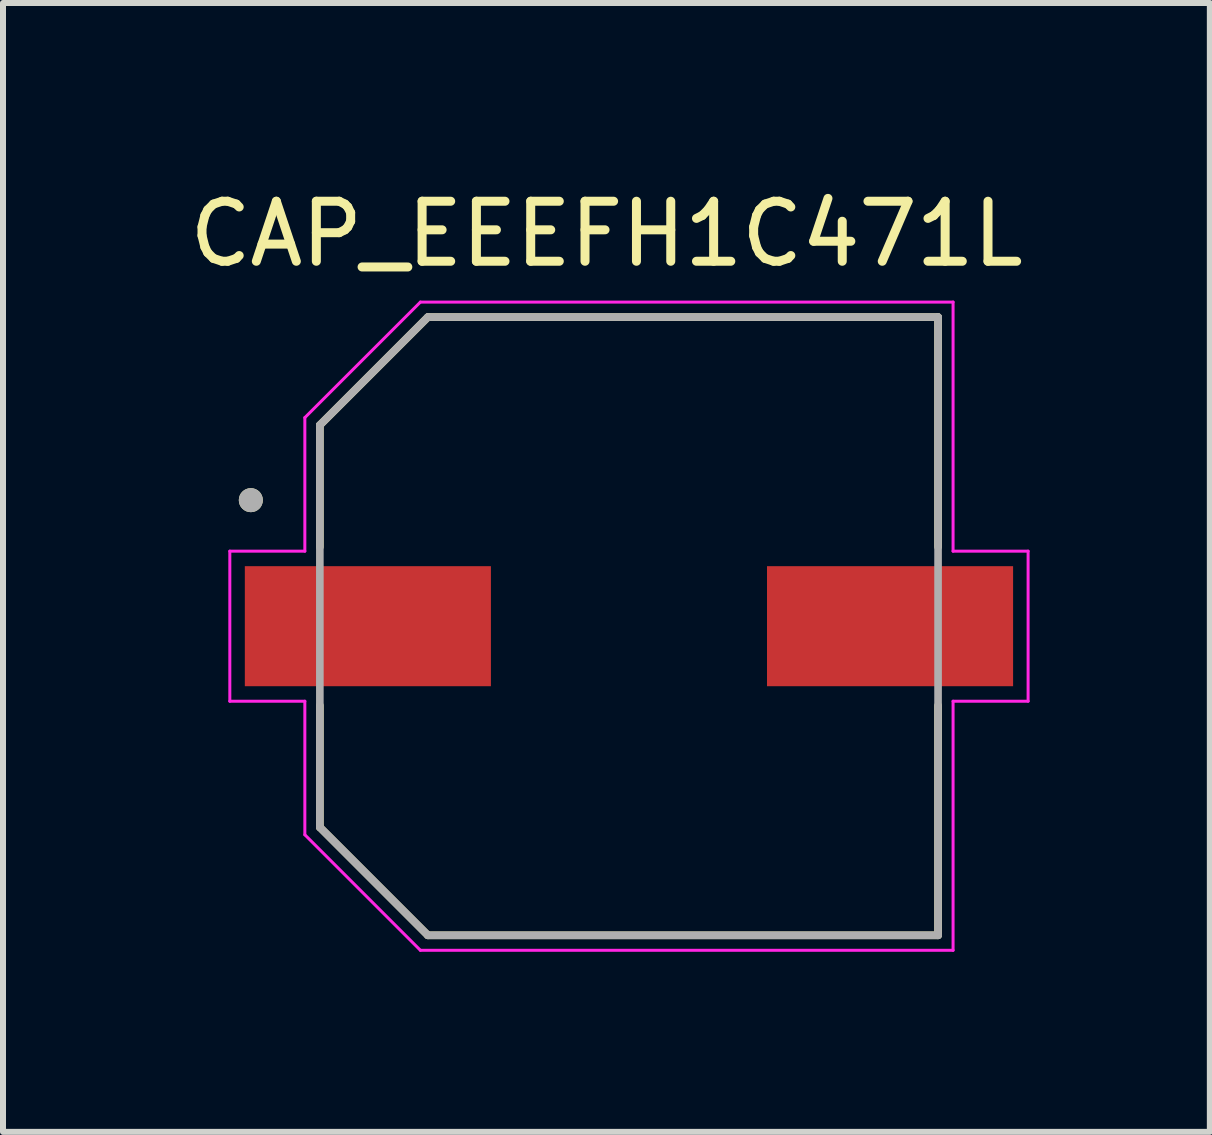
<source format=kicad_pcb>
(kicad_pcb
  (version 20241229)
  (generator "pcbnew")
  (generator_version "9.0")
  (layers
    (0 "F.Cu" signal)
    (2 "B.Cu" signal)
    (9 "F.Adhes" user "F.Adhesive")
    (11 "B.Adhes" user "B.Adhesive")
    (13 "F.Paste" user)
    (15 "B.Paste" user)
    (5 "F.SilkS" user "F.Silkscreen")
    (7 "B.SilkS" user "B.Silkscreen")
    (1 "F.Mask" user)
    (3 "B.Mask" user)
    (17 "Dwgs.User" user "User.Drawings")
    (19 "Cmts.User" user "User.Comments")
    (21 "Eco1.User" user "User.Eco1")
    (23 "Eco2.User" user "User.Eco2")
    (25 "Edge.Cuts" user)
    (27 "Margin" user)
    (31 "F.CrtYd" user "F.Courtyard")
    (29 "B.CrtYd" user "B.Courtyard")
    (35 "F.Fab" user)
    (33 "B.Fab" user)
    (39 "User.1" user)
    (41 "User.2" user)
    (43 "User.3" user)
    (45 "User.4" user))
  (footprint "CAP_EEEFH1C471L"
    (layer "F.Cu")
    (at 7.429 7.383)
    (property "Reference" "CAP_EEEFH1C471L" (at -0.375 -6.535 0) (layer "F.SilkS") (effects (font (size 1 1) (thickness 0.15))))
    (attr smd)
    (fp_line (start -5.15 -3.35) (end -5.15 -1.32) (stroke (width 0.127) (type solid)) (layer "F.SilkS"))
    (fp_line (start -5.15 1.32) (end -5.15 3.35) (stroke (width 0.127) (type solid)) (layer "F.SilkS"))
    (fp_line (start -5.15 3.35) (end -3.35 5.15) (stroke (width 0.127) (type solid)) (layer "F.SilkS"))
    (fp_line (start -3.35 -5.15) (end -5.15 -3.35) (stroke (width 0.127) (type solid)) (layer "F.SilkS"))
    (fp_line (start -3.35 5.15) (end 5.15 5.15) (stroke (width 0.127) (type solid)) (layer "F.SilkS"))
    (fp_line (start 5.15 -5.15) (end -3.35 -5.15) (stroke (width 0.127) (type solid)) (layer "F.SilkS"))
    (fp_line (start 5.15 -1.32) (end 5.15 -5.15) (stroke (width 0.127) (type solid)) (layer "F.SilkS"))
    (fp_line (start 5.15 5.15) (end 5.15 1.32) (stroke (width 0.127) (type solid)) (layer "F.SilkS"))
    (fp_circle (center -6.3 -2.1) (end -6.2 -2.1) (stroke (width 0.2) (type solid)) (fill no) (layer "F.SilkS"))
    (fp_line (start -6.65 -1.25) (end -5.4 -1.25) (stroke (width 0.05) (type solid)) (layer "F.CrtYd"))
    (fp_line (start -6.65 1.25) (end -6.65 -1.25) (stroke (width 0.05) (type solid)) (layer "F.CrtYd"))
    (fp_line (start -5.4 -3.475) (end -3.475 -5.4) (stroke (width 0.05) (type solid)) (layer "F.CrtYd"))
    (fp_line (start -5.4 -1.25) (end -5.4 -3.475) (stroke (width 0.05) (type solid)) (layer "F.CrtYd"))
    (fp_line (start -5.4 1.25) (end -6.65 1.25) (stroke (width 0.05) (type solid)) (layer "F.CrtYd"))
    (fp_line (start -5.4 3.475) (end -5.4 1.25) (stroke (width 0.05) (type solid)) (layer "F.CrtYd"))
    (fp_line (start -3.475 -5.4) (end 5.4 -5.4) (stroke (width 0.05) (type solid)) (layer "F.CrtYd"))
    (fp_line (start -3.475 5.4) (end -5.4 3.475) (stroke (width 0.05) (type solid)) (layer "F.CrtYd"))
    (fp_line (start 5.4 -5.4) (end 5.4 -1.25) (stroke (width 0.05) (type solid)) (layer "F.CrtYd"))
    (fp_line (start 5.4 -1.25) (end 6.65 -1.25) (stroke (width 0.05) (type solid)) (layer "F.CrtYd"))
    (fp_line (start 5.4 1.25) (end 5.4 5.4) (stroke (width 0.05) (type solid)) (layer "F.CrtYd"))
    (fp_line (start 5.4 5.4) (end -3.475 5.4) (stroke (width 0.05) (type solid)) (layer "F.CrtYd"))
    (fp_line (start 6.65 -1.25) (end 6.65 1.25) (stroke (width 0.05) (type solid)) (layer "F.CrtYd"))
    (fp_line (start 6.65 1.25) (end 5.4 1.25) (stroke (width 0.05) (type solid)) (layer "F.CrtYd"))
    (fp_line (start -5.15 -3.35) (end -5.15 3.35) (stroke (width 0.127) (type solid)) (layer "F.Fab"))
    (fp_line (start -5.15 3.35) (end -3.35 5.15) (stroke (width 0.127) (type solid)) (layer "F.Fab"))
    (fp_line (start -3.35 -5.15) (end -5.15 -3.35) (stroke (width 0.127) (type solid)) (layer "F.Fab"))
    (fp_line (start -3.35 5.15) (end 5.15 5.15) (stroke (width 0.127) (type solid)) (layer "F.Fab"))
    (fp_line (start 5.15 -5.15) (end -3.35 -5.15) (stroke (width 0.127) (type solid)) (layer "F.Fab"))
    (fp_line (start 5.15 5.15) (end 5.15 -5.15) (stroke (width 0.127) (type solid)) (layer "F.Fab"))
    (fp_circle (center -6.3 -2.1) (end -6.2 -2.1) (stroke (width 0.2) (type solid)) (fill no) (layer "F.Fab"))
    (pad "1" smd rect (at -4.35 0) (size 4.1 2) (layers "F.Cu" "F.Mask" "F.Paste"))
    (pad "2" smd rect (at 4.35 0) (size 4.1 2) (layers "F.Cu" "F.Mask" "F.Paste")))
  (gr_rect
    (start -3 -3)
    (end 17.107 15.808)
    (stroke (width 0.1) (type default))
    (fill no)
    (layer "Edge.Cuts")))
</source>
